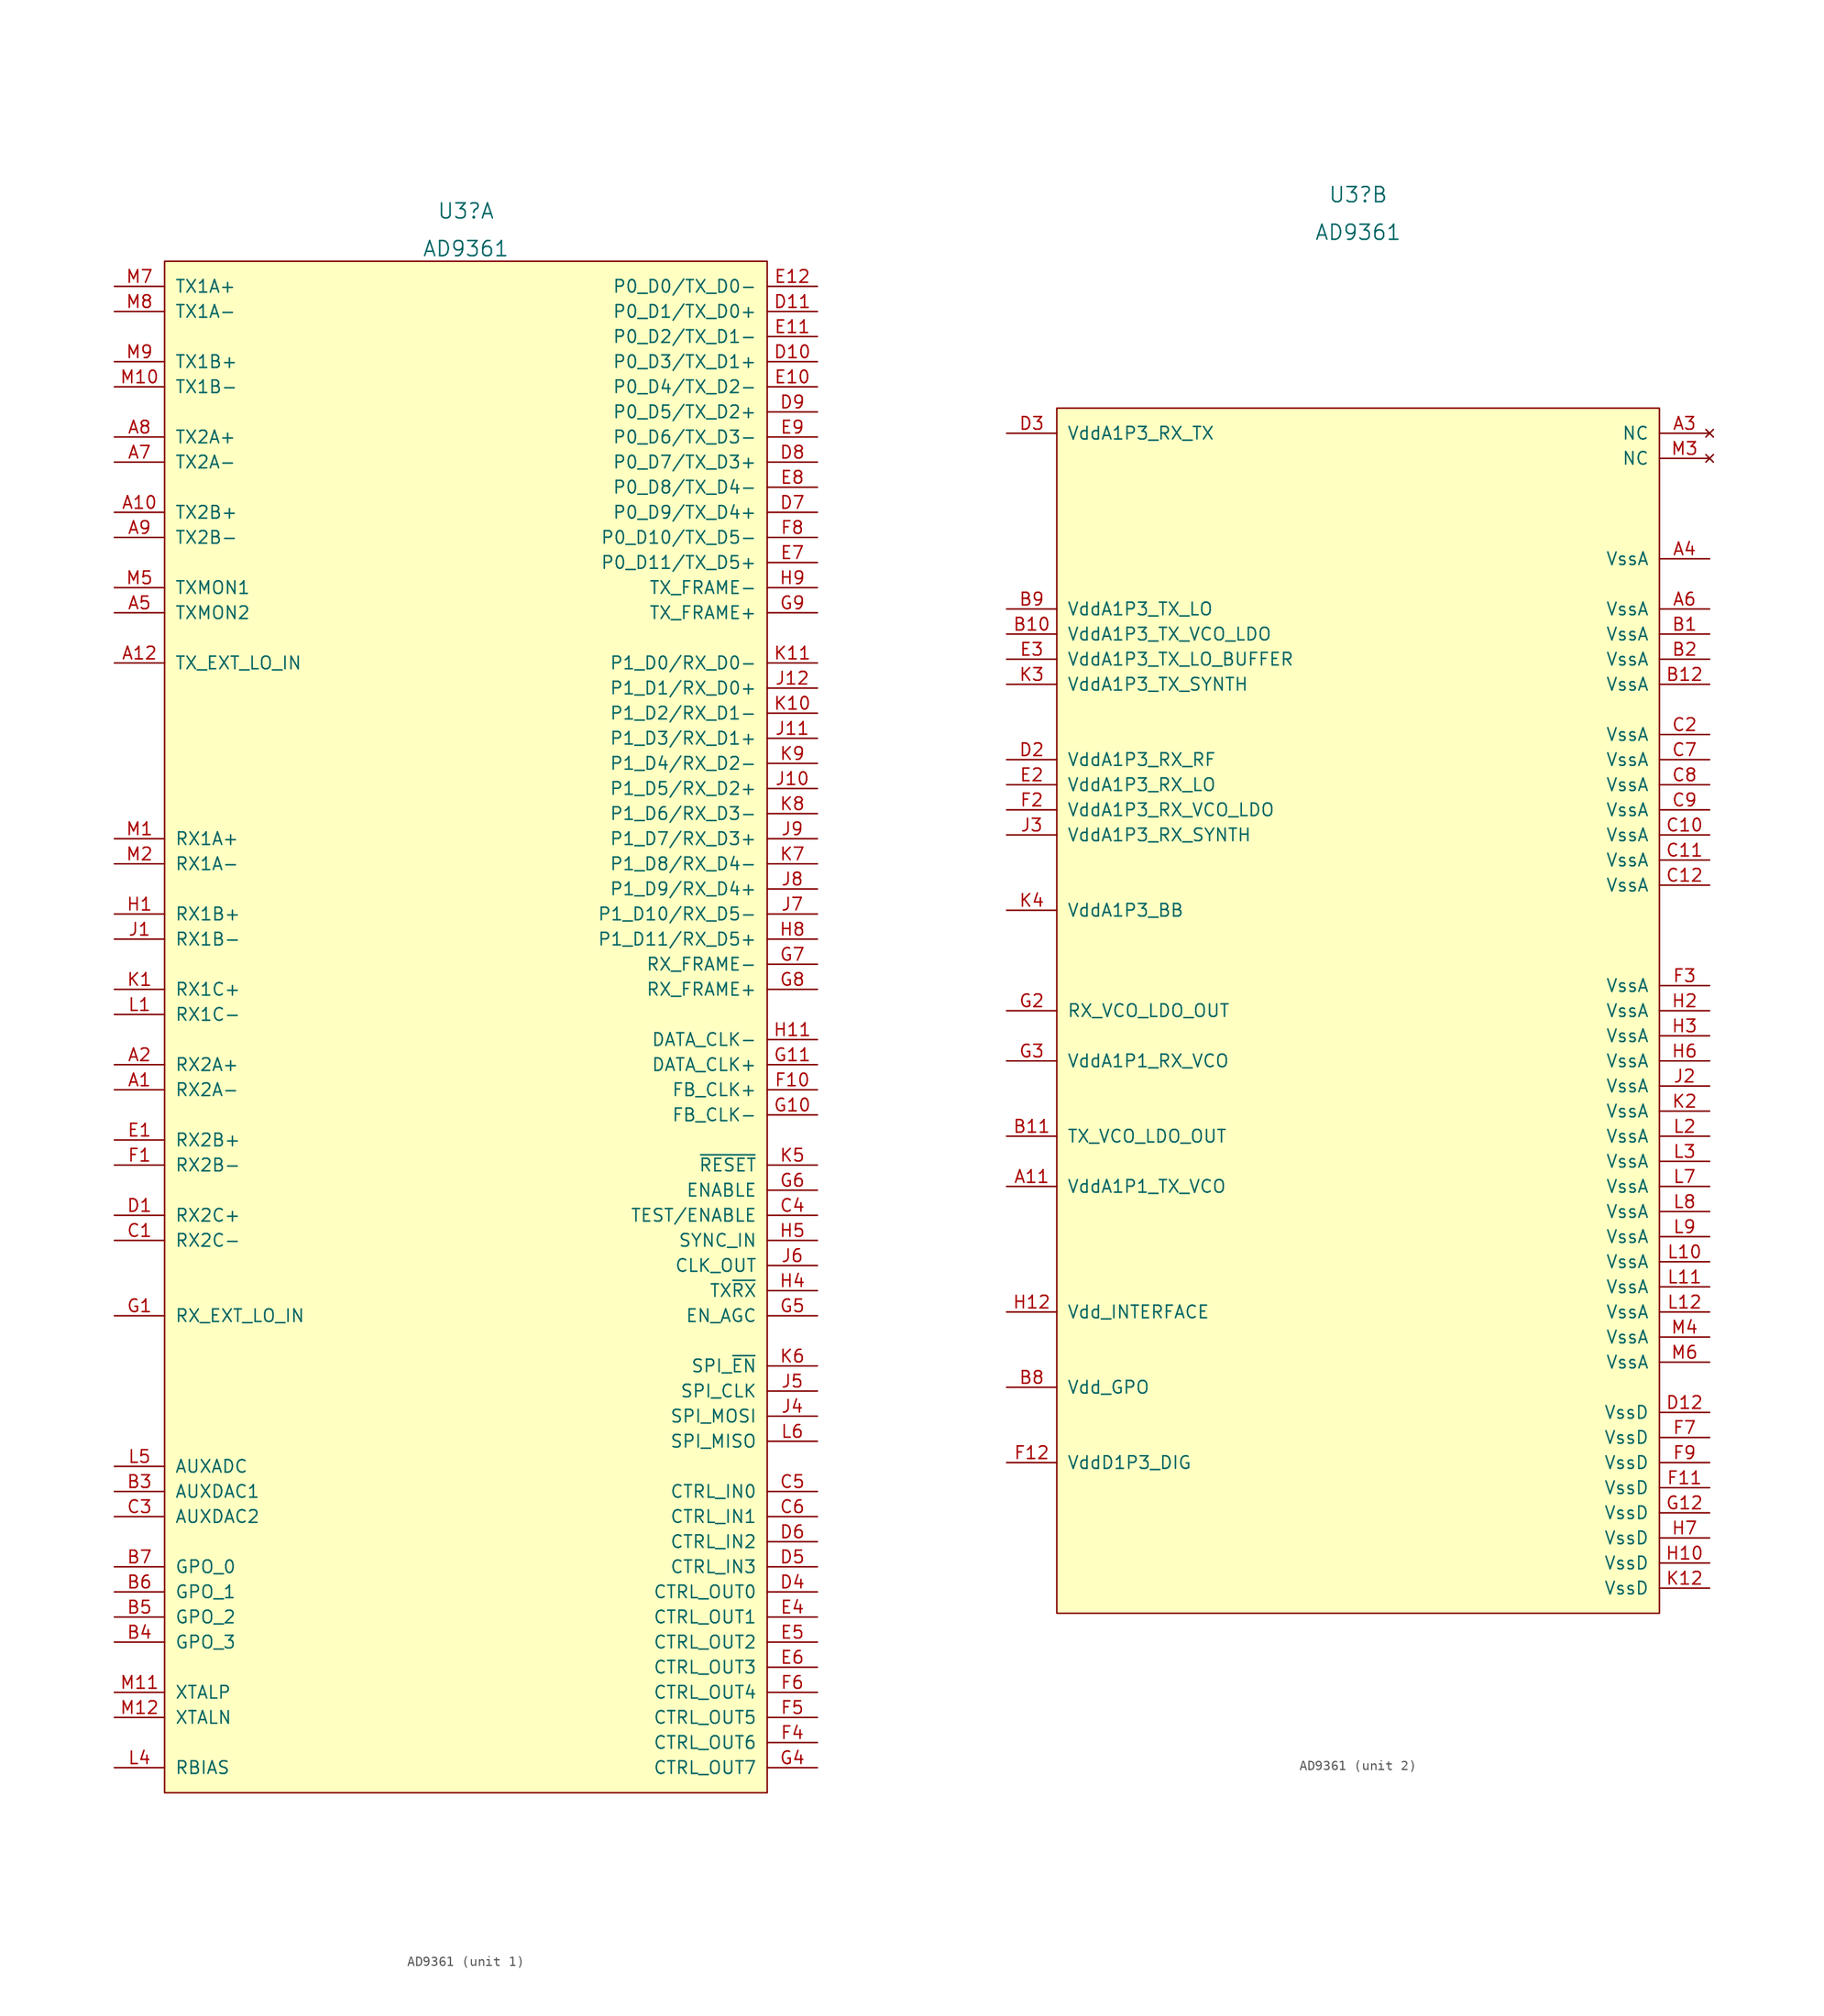
<source format=kicad_sym>
(kicad_symbol_lib
  (version 20220102)
  (generator kicad_symbol_editor)
  (symbol "AD9361"
    (pin_names
      (offset 1.016))
    (property "Reference" "U3"
      (at 0 82.55 0)
      (effects (font (size 1.524 1.524))))
    (property "Value" "AD9361"
      (at 0 78.74 0)
      (effects (font (size 1.524 1.524))))
    (property "ki_locked" ""
      (at 0 0 0)
      (effects (font (size 1.27 1.27))))
    (symbol "AD9361_1_1"
      (rectangle (start -30.48 77.47) (end 30.48 -77.47) (stroke (width 0) (type default)) (fill (type background)))
      (pin input line (at -35.56 -6.35 0) (length 5.08) (name "RX2A-" (effects (font (size 1.27 1.27)))) (number "A1" (effects (font (size 1.27 1.27)))))
      (pin output line (at -35.56 52.07 0) (length 5.08) (name "TX2B+" (effects (font (size 1.27 1.27)))) (number "A10" (effects (font (size 1.27 1.27)))))
      (pin input line (at -35.56 36.83 0) (length 5.08) (name "TX_EXT_LO_IN" (effects (font (size 1.27 1.27)))) (number "A12" (effects (font (size 1.27 1.27)))))
      (pin input line (at -35.56 -3.81 0) (length 5.08) (name "RX2A+" (effects (font (size 1.27 1.27)))) (number "A2" (effects (font (size 1.27 1.27)))))
      (pin input line (at -35.56 41.91 0) (length 5.08) (name "TXMON2" (effects (font (size 1.27 1.27)))) (number "A5" (effects (font (size 1.27 1.27)))))
      (pin output line (at -35.56 57.15 0) (length 5.08) (name "TX2A-" (effects (font (size 1.27 1.27)))) (number "A7" (effects (font (size 1.27 1.27)))))
      (pin output line (at -35.56 59.69 0) (length 5.08) (name "TX2A+" (effects (font (size 1.27 1.27)))) (number "A8" (effects (font (size 1.27 1.27)))))
      (pin output line (at -35.56 49.53 0) (length 5.08) (name "TX2B-" (effects (font (size 1.27 1.27)))) (number "A9" (effects (font (size 1.27 1.27)))))
      (pin output line (at -35.56 -46.99 0) (length 5.08) (name "AUXDAC1" (effects (font (size 1.27 1.27)))) (number "B3" (effects (font (size 1.27 1.27)))))
      (pin output line (at -35.56 -62.23 0) (length 5.08) (name "GPO_3" (effects (font (size 1.27 1.27)))) (number "B4" (effects (font (size 1.27 1.27)))))
      (pin output line (at -35.56 -59.69 0) (length 5.08) (name "GPO_2" (effects (font (size 1.27 1.27)))) (number "B5" (effects (font (size 1.27 1.27)))))
      (pin output line (at -35.56 -57.15 0) (length 5.08) (name "GPO_1" (effects (font (size 1.27 1.27)))) (number "B6" (effects (font (size 1.27 1.27)))))
      (pin output line (at -35.56 -54.61 0) (length 5.08) (name "GPO_0" (effects (font (size 1.27 1.27)))) (number "B7" (effects (font (size 1.27 1.27)))))
      (pin input line (at -35.56 -21.59 0) (length 5.08) (name "RX2C-" (effects (font (size 1.27 1.27)))) (number "C1" (effects (font (size 1.27 1.27)))))
      (pin output line (at -35.56 -49.53 0) (length 5.08) (name "AUXDAC2" (effects (font (size 1.27 1.27)))) (number "C3" (effects (font (size 1.27 1.27)))))
      (pin input line (at 35.56 -19.05 180) (length 5.08) (name "TEST/ENABLE" (effects (font (size 1.27 1.27)))) (number "C4" (effects (font (size 1.27 1.27)))))
      (pin input line (at 35.56 -46.99 180) (length 5.08) (name "CTRL_IN0" (effects (font (size 1.27 1.27)))) (number "C5" (effects (font (size 1.27 1.27)))))
      (pin input line (at 35.56 -49.53 180) (length 5.08) (name "CTRL_IN1" (effects (font (size 1.27 1.27)))) (number "C6" (effects (font (size 1.27 1.27)))))
      (pin input line (at -35.56 -19.05 0) (length 5.08) (name "RX2C+" (effects (font (size 1.27 1.27)))) (number "D1" (effects (font (size 1.27 1.27)))))
      (pin bidirectional line (at 35.56 67.31 180) (length 5.08) (name "P0_D3/TX_D1+" (effects (font (size 1.27 1.27)))) (number "D10" (effects (font (size 1.27 1.27)))))
      (pin bidirectional line (at 35.56 72.39 180) (length 5.08) (name "P0_D1/TX_D0+" (effects (font (size 1.27 1.27)))) (number "D11" (effects (font (size 1.27 1.27)))))
      (pin output line (at 35.56 -57.15 180) (length 5.08) (name "CTRL_OUT0" (effects (font (size 1.27 1.27)))) (number "D4" (effects (font (size 1.27 1.27)))))
      (pin input line (at 35.56 -54.61 180) (length 5.08) (name "CTRL_IN3" (effects (font (size 1.27 1.27)))) (number "D5" (effects (font (size 1.27 1.27)))))
      (pin input line (at 35.56 -52.07 180) (length 5.08) (name "CTRL_IN2" (effects (font (size 1.27 1.27)))) (number "D6" (effects (font (size 1.27 1.27)))))
      (pin bidirectional line (at 35.56 52.07 180) (length 5.08) (name "P0_D9/TX_D4+" (effects (font (size 1.27 1.27)))) (number "D7" (effects (font (size 1.27 1.27)))))
      (pin bidirectional line (at 35.56 57.15 180) (length 5.08) (name "P0_D7/TX_D3+" (effects (font (size 1.27 1.27)))) (number "D8" (effects (font (size 1.27 1.27)))))
      (pin bidirectional line (at 35.56 62.23 180) (length 5.08) (name "P0_D5/TX_D2+" (effects (font (size 1.27 1.27)))) (number "D9" (effects (font (size 1.27 1.27)))))
      (pin input line (at -35.56 -11.43 0) (length 5.08) (name "RX2B+" (effects (font (size 1.27 1.27)))) (number "E1" (effects (font (size 1.27 1.27)))))
      (pin bidirectional line (at 35.56 64.77 180) (length 5.08) (name "P0_D4/TX_D2-" (effects (font (size 1.27 1.27)))) (number "E10" (effects (font (size 1.27 1.27)))))
      (pin bidirectional line (at 35.56 69.85 180) (length 5.08) (name "P0_D2/TX_D1-" (effects (font (size 1.27 1.27)))) (number "E11" (effects (font (size 1.27 1.27)))))
      (pin bidirectional line (at 35.56 74.93 180) (length 5.08) (name "P0_D0/TX_D0-" (effects (font (size 1.27 1.27)))) (number "E12" (effects (font (size 1.27 1.27)))))
      (pin output line (at 35.56 -59.69 180) (length 5.08) (name "CTRL_OUT1" (effects (font (size 1.27 1.27)))) (number "E4" (effects (font (size 1.27 1.27)))))
      (pin output line (at 35.56 -62.23 180) (length 5.08) (name "CTRL_OUT2" (effects (font (size 1.27 1.27)))) (number "E5" (effects (font (size 1.27 1.27)))))
      (pin output line (at 35.56 -64.77 180) (length 5.08) (name "CTRL_OUT3" (effects (font (size 1.27 1.27)))) (number "E6" (effects (font (size 1.27 1.27)))))
      (pin bidirectional line (at 35.56 46.99 180) (length 5.08) (name "P0_D11/TX_D5+" (effects (font (size 1.27 1.27)))) (number "E7" (effects (font (size 1.27 1.27)))))
      (pin bidirectional line (at 35.56 54.61 180) (length 5.08) (name "P0_D8/TX_D4-" (effects (font (size 1.27 1.27)))) (number "E8" (effects (font (size 1.27 1.27)))))
      (pin bidirectional line (at 35.56 59.69 180) (length 5.08) (name "P0_D6/TX_D3-" (effects (font (size 1.27 1.27)))) (number "E9" (effects (font (size 1.27 1.27)))))
      (pin input line (at -35.56 -13.97 0) (length 5.08) (name "RX2B-" (effects (font (size 1.27 1.27)))) (number "F1" (effects (font (size 1.27 1.27)))))
      (pin input line (at 35.56 -6.35 180) (length 5.08) (name "FB_CLK+" (effects (font (size 1.27 1.27)))) (number "F10" (effects (font (size 1.27 1.27)))))
      (pin output line (at 35.56 -72.39 180) (length 5.08) (name "CTRL_OUT6" (effects (font (size 1.27 1.27)))) (number "F4" (effects (font (size 1.27 1.27)))))
      (pin output line (at 35.56 -69.85 180) (length 5.08) (name "CTRL_OUT5" (effects (font (size 1.27 1.27)))) (number "F5" (effects (font (size 1.27 1.27)))))
      (pin output line (at 35.56 -67.31 180) (length 5.08) (name "CTRL_OUT4" (effects (font (size 1.27 1.27)))) (number "F6" (effects (font (size 1.27 1.27)))))
      (pin bidirectional line (at 35.56 49.53 180) (length 5.08) (name "P0_D10/TX_D5-" (effects (font (size 1.27 1.27)))) (number "F8" (effects (font (size 1.27 1.27)))))
      (pin input line (at -35.56 -29.21 0) (length 5.08) (name "RX_EXT_LO_IN" (effects (font (size 1.27 1.27)))) (number "G1" (effects (font (size 1.27 1.27)))))
      (pin input line (at 35.56 -8.89 180) (length 5.08) (name "FB_CLK-" (effects (font (size 1.27 1.27)))) (number "G10" (effects (font (size 1.27 1.27)))))
      (pin output line (at 35.56 -3.81 180) (length 5.08) (name "DATA_CLK+" (effects (font (size 1.27 1.27)))) (number "G11" (effects (font (size 1.27 1.27)))))
      (pin output line (at 35.56 -74.93 180) (length 5.08) (name "CTRL_OUT7" (effects (font (size 1.27 1.27)))) (number "G4" (effects (font (size 1.27 1.27)))))
      (pin input line (at 35.56 -29.21 180) (length 5.08) (name "EN_AGC" (effects (font (size 1.27 1.27)))) (number "G5" (effects (font (size 1.27 1.27)))))
      (pin input line (at 35.56 -16.51 180) (length 5.08) (name "ENABLE" (effects (font (size 1.27 1.27)))) (number "G6" (effects (font (size 1.27 1.27)))))
      (pin output line (at 35.56 6.35 180) (length 5.08) (name "RX_FRAME-" (effects (font (size 1.27 1.27)))) (number "G7" (effects (font (size 1.27 1.27)))))
      (pin output line (at 35.56 3.81 180) (length 5.08) (name "RX_FRAME+" (effects (font (size 1.27 1.27)))) (number "G8" (effects (font (size 1.27 1.27)))))
      (pin input line (at 35.56 41.91 180) (length 5.08) (name "TX_FRAME+" (effects (font (size 1.27 1.27)))) (number "G9" (effects (font (size 1.27 1.27)))))
      (pin input line (at -35.56 11.43 0) (length 5.08) (name "RX1B+" (effects (font (size 1.27 1.27)))) (number "H1" (effects (font (size 1.27 1.27)))))
      (pin output line (at 35.56 -1.27 180) (length 5.08) (name "DATA_CLK-" (effects (font (size 1.27 1.27)))) (number "H11" (effects (font (size 1.27 1.27)))))
      (pin output line (at 35.56 -26.67 180) (length 5.08) (name "TX~{RX}" (effects (font (size 1.27 1.27)))) (number "H4" (effects (font (size 1.27 1.27)))))
      (pin input line (at 35.56 -21.59 180) (length 5.08) (name "SYNC_IN" (effects (font (size 1.27 1.27)))) (number "H5" (effects (font (size 1.27 1.27)))))
      (pin bidirectional line (at 35.56 8.89 180) (length 5.08) (name "P1_D11/RX_D5+" (effects (font (size 1.27 1.27)))) (number "H8" (effects (font (size 1.27 1.27)))))
      (pin input line (at 35.56 44.45 180) (length 5.08) (name "TX_FRAME-" (effects (font (size 1.27 1.27)))) (number "H9" (effects (font (size 1.27 1.27)))))
      (pin input line (at -35.56 8.89 0) (length 5.08) (name "RX1B-" (effects (font (size 1.27 1.27)))) (number "J1" (effects (font (size 1.27 1.27)))))
      (pin bidirectional line (at 35.56 24.13 180) (length 5.08) (name "P1_D5/RX_D2+" (effects (font (size 1.27 1.27)))) (number "J10" (effects (font (size 1.27 1.27)))))
      (pin bidirectional line (at 35.56 29.21 180) (length 5.08) (name "P1_D3/RX_D1+" (effects (font (size 1.27 1.27)))) (number "J11" (effects (font (size 1.27 1.27)))))
      (pin bidirectional line (at 35.56 34.29 180) (length 5.08) (name "P1_D1/RX_D0+" (effects (font (size 1.27 1.27)))) (number "J12" (effects (font (size 1.27 1.27)))))
      (pin input line (at 35.56 -39.37 180) (length 5.08) (name "SPI_MOSI" (effects (font (size 1.27 1.27)))) (number "J4" (effects (font (size 1.27 1.27)))))
      (pin input line (at 35.56 -36.83 180) (length 5.08) (name "SPI_CLK" (effects (font (size 1.27 1.27)))) (number "J5" (effects (font (size 1.27 1.27)))))
      (pin output line (at 35.56 -24.13 180) (length 5.08) (name "CLK_OUT" (effects (font (size 1.27 1.27)))) (number "J6" (effects (font (size 1.27 1.27)))))
      (pin bidirectional line (at 35.56 11.43 180) (length 5.08) (name "P1_D10/RX_D5-" (effects (font (size 1.27 1.27)))) (number "J7" (effects (font (size 1.27 1.27)))))
      (pin bidirectional line (at 35.56 13.97 180) (length 5.08) (name "P1_D9/RX_D4+" (effects (font (size 1.27 1.27)))) (number "J8" (effects (font (size 1.27 1.27)))))
      (pin bidirectional line (at 35.56 19.05 180) (length 5.08) (name "P1_D7/RX_D3+" (effects (font (size 1.27 1.27)))) (number "J9" (effects (font (size 1.27 1.27)))))
      (pin input line (at -35.56 3.81 0) (length 5.08) (name "RX1C+" (effects (font (size 1.27 1.27)))) (number "K1" (effects (font (size 1.27 1.27)))))
      (pin bidirectional line (at 35.56 31.75 180) (length 5.08) (name "P1_D2/RX_D1-" (effects (font (size 1.27 1.27)))) (number "K10" (effects (font (size 1.27 1.27)))))
      (pin bidirectional line (at 35.56 36.83 180) (length 5.08) (name "P1_D0/RX_D0-" (effects (font (size 1.27 1.27)))) (number "K11" (effects (font (size 1.27 1.27)))))
      (pin input line (at 35.56 -13.97 180) (length 5.08) (name "~{RESET}" (effects (font (size 1.27 1.27)))) (number "K5" (effects (font (size 1.27 1.27)))))
      (pin input line (at 35.56 -34.29 180) (length 5.08) (name "SPI_~{EN}" (effects (font (size 1.27 1.27)))) (number "K6" (effects (font (size 1.27 1.27)))))
      (pin bidirectional line (at 35.56 16.51 180) (length 5.08) (name "P1_D8/RX_D4-" (effects (font (size 1.27 1.27)))) (number "K7" (effects (font (size 1.27 1.27)))))
      (pin bidirectional line (at 35.56 21.59 180) (length 5.08) (name "P1_D6/RX_D3-" (effects (font (size 1.27 1.27)))) (number "K8" (effects (font (size 1.27 1.27)))))
      (pin bidirectional line (at 35.56 26.67 180) (length 5.08) (name "P1_D4/RX_D2-" (effects (font (size 1.27 1.27)))) (number "K9" (effects (font (size 1.27 1.27)))))
      (pin input line (at -35.56 1.27 0) (length 5.08) (name "RX1C-" (effects (font (size 1.27 1.27)))) (number "L1" (effects (font (size 1.27 1.27)))))
      (pin bidirectional line (at -35.56 -74.93 0) (length 5.08) (name "RBIAS" (effects (font (size 1.27 1.27)))) (number "L4" (effects (font (size 1.27 1.27)))))
      (pin input line (at -35.56 -44.45 0) (length 5.08) (name "AUXADC" (effects (font (size 1.27 1.27)))) (number "L5" (effects (font (size 1.27 1.27)))))
      (pin output line (at 35.56 -41.91 180) (length 5.08) (name "SPI_MISO" (effects (font (size 1.27 1.27)))) (number "L6" (effects (font (size 1.27 1.27)))))
      (pin input line (at -35.56 19.05 0) (length 5.08) (name "RX1A+" (effects (font (size 1.27 1.27)))) (number "M1" (effects (font (size 1.27 1.27)))))
      (pin output line (at -35.56 64.77 0) (length 5.08) (name "TX1B-" (effects (font (size 1.27 1.27)))) (number "M10" (effects (font (size 1.27 1.27)))))
      (pin bidirectional line (at -35.56 -67.31 0) (length 5.08) (name "XTALP" (effects (font (size 1.27 1.27)))) (number "M11" (effects (font (size 1.27 1.27)))))
      (pin bidirectional line (at -35.56 -69.85 0) (length 5.08) (name "XTALN" (effects (font (size 1.27 1.27)))) (number "M12" (effects (font (size 1.27 1.27)))))
      (pin input line (at -35.56 16.51 0) (length 5.08) (name "RX1A-" (effects (font (size 1.27 1.27)))) (number "M2" (effects (font (size 1.27 1.27)))))
      (pin input line (at -35.56 44.45 0) (length 5.08) (name "TXMON1" (effects (font (size 1.27 1.27)))) (number "M5" (effects (font (size 1.27 1.27)))))
      (pin output line (at -35.56 74.93 0) (length 5.08) (name "TX1A+" (effects (font (size 1.27 1.27)))) (number "M7" (effects (font (size 1.27 1.27)))))
      (pin output line (at -35.56 72.39 0) (length 5.08) (name "TX1A-" (effects (font (size 1.27 1.27)))) (number "M8" (effects (font (size 1.27 1.27)))))
      (pin output line (at -35.56 67.31 0) (length 5.08) (name "TX1B+" (effects (font (size 1.27 1.27)))) (number "M9" (effects (font (size 1.27 1.27))))))
    (symbol "AD9361_2_1"
      (rectangle (start -30.48 60.96) (end 30.48 -60.96) (stroke (width 0) (type default)) (fill (type background)))
      (pin power_in line (at -35.56 -17.78 0) (length 5.08) (name "VddA1P1_TX_VCO" (effects (font (size 1.27 1.27)))) (number "A11" (effects (font (size 1.27 1.27)))))
      (pin no_connect line (at 35.56 58.42 180) (length 5.08) (name "NC" (effects (font (size 1.27 1.27)))) (number "A3" (effects (font (size 1.27 1.27)))))
      (pin power_in line (at 35.56 45.72 180) (length 5.08) (name "VssA" (effects (font (size 1.27 1.27)))) (number "A4" (effects (font (size 1.27 1.27)))))
      (pin power_in line (at 35.56 40.64 180) (length 5.08) (name "VssA" (effects (font (size 1.27 1.27)))) (number "A6" (effects (font (size 1.27 1.27)))))
      (pin power_in line (at 35.56 38.1 180) (length 5.08) (name "VssA" (effects (font (size 1.27 1.27)))) (number "B1" (effects (font (size 1.27 1.27)))))
      (pin power_in line (at -35.56 38.1 0) (length 5.08) (name "VddA1P3_TX_VCO_LDO" (effects (font (size 1.27 1.27)))) (number "B10" (effects (font (size 1.27 1.27)))))
      (pin power_out line (at -35.56 -12.7 0) (length 5.08) (name "TX_VCO_LDO_OUT" (effects (font (size 1.27 1.27)))) (number "B11" (effects (font (size 1.27 1.27)))))
      (pin power_in line (at 35.56 33.02 180) (length 5.08) (name "VssA" (effects (font (size 1.27 1.27)))) (number "B12" (effects (font (size 1.27 1.27)))))
      (pin power_in line (at 35.56 35.56 180) (length 5.08) (name "VssA" (effects (font (size 1.27 1.27)))) (number "B2" (effects (font (size 1.27 1.27)))))
      (pin power_in line (at -35.56 -38.1 0) (length 5.08) (name "Vdd_GPO" (effects (font (size 1.27 1.27)))) (number "B8" (effects (font (size 1.27 1.27)))))
      (pin power_in line (at -35.56 40.64 0) (length 5.08) (name "VddA1P3_TX_LO" (effects (font (size 1.27 1.27)))) (number "B9" (effects (font (size 1.27 1.27)))))
      (pin power_in line (at 35.56 17.78 180) (length 5.08) (name "VssA" (effects (font (size 1.27 1.27)))) (number "C10" (effects (font (size 1.27 1.27)))))
      (pin power_in line (at 35.56 15.24 180) (length 5.08) (name "VssA" (effects (font (size 1.27 1.27)))) (number "C11" (effects (font (size 1.27 1.27)))))
      (pin power_in line (at 35.56 12.7 180) (length 5.08) (name "VssA" (effects (font (size 1.27 1.27)))) (number "C12" (effects (font (size 1.27 1.27)))))
      (pin power_in line (at 35.56 27.94 180) (length 5.08) (name "VssA" (effects (font (size 1.27 1.27)))) (number "C2" (effects (font (size 1.27 1.27)))))
      (pin power_in line (at 35.56 25.4 180) (length 5.08) (name "VssA" (effects (font (size 1.27 1.27)))) (number "C7" (effects (font (size 1.27 1.27)))))
      (pin power_in line (at 35.56 22.86 180) (length 5.08) (name "VssA" (effects (font (size 1.27 1.27)))) (number "C8" (effects (font (size 1.27 1.27)))))
      (pin power_in line (at 35.56 20.32 180) (length 5.08) (name "VssA" (effects (font (size 1.27 1.27)))) (number "C9" (effects (font (size 1.27 1.27)))))
      (pin power_in line (at 35.56 -40.64 180) (length 5.08) (name "VssD" (effects (font (size 1.27 1.27)))) (number "D12" (effects (font (size 1.27 1.27)))))
      (pin power_in line (at -35.56 25.4 0) (length 5.08) (name "VddA1P3_RX_RF" (effects (font (size 1.27 1.27)))) (number "D2" (effects (font (size 1.27 1.27)))))
      (pin power_in line (at -35.56 58.42 0) (length 5.08) (name "VddA1P3_RX_TX" (effects (font (size 1.27 1.27)))) (number "D3" (effects (font (size 1.27 1.27)))))
      (pin power_in line (at -35.56 22.86 0) (length 5.08) (name "VddA1P3_RX_LO" (effects (font (size 1.27 1.27)))) (number "E2" (effects (font (size 1.27 1.27)))))
      (pin power_in line (at -35.56 35.56 0) (length 5.08) (name "VddA1P3_TX_LO_BUFFER" (effects (font (size 1.27 1.27)))) (number "E3" (effects (font (size 1.27 1.27)))))
      (pin power_in line (at 35.56 -48.26 180) (length 5.08) (name "VssD" (effects (font (size 1.27 1.27)))) (number "F11" (effects (font (size 1.27 1.27)))))
      (pin power_in line (at -35.56 -45.72 0) (length 5.08) (name "VddD1P3_DIG" (effects (font (size 1.27 1.27)))) (number "F12" (effects (font (size 1.27 1.27)))))
      (pin power_in line (at -35.56 20.32 0) (length 5.08) (name "VddA1P3_RX_VCO_LDO" (effects (font (size 1.27 1.27)))) (number "F2" (effects (font (size 1.27 1.27)))))
      (pin power_in line (at 35.56 2.54 180) (length 5.08) (name "VssA" (effects (font (size 1.27 1.27)))) (number "F3" (effects (font (size 1.27 1.27)))))
      (pin power_in line (at 35.56 -43.18 180) (length 5.08) (name "VssD" (effects (font (size 1.27 1.27)))) (number "F7" (effects (font (size 1.27 1.27)))))
      (pin power_in line (at 35.56 -45.72 180) (length 5.08) (name "VssD" (effects (font (size 1.27 1.27)))) (number "F9" (effects (font (size 1.27 1.27)))))
      (pin power_in line (at 35.56 -50.8 180) (length 5.08) (name "VssD" (effects (font (size 1.27 1.27)))) (number "G12" (effects (font (size 1.27 1.27)))))
      (pin power_out line (at -35.56 0 0) (length 5.08) (name "RX_VCO_LDO_OUT" (effects (font (size 1.27 1.27)))) (number "G2" (effects (font (size 1.27 1.27)))))
      (pin power_in line (at -35.56 -5.08 0) (length 5.08) (name "VddA1P1_RX_VCO" (effects (font (size 1.27 1.27)))) (number "G3" (effects (font (size 1.27 1.27)))))
      (pin power_in line (at 35.56 -55.88 180) (length 5.08) (name "VssD" (effects (font (size 1.27 1.27)))) (number "H10" (effects (font (size 1.27 1.27)))))
      (pin power_in line (at -35.56 -30.48 0) (length 5.08) (name "Vdd_INTERFACE" (effects (font (size 1.27 1.27)))) (number "H12" (effects (font (size 1.27 1.27)))))
      (pin power_in line (at 35.56 0 180) (length 5.08) (name "VssA" (effects (font (size 1.27 1.27)))) (number "H2" (effects (font (size 1.27 1.27)))))
      (pin power_in line (at 35.56 -2.54 180) (length 5.08) (name "VssA" (effects (font (size 1.27 1.27)))) (number "H3" (effects (font (size 1.27 1.27)))))
      (pin power_in line (at 35.56 -5.08 180) (length 5.08) (name "VssA" (effects (font (size 1.27 1.27)))) (number "H6" (effects (font (size 1.27 1.27)))))
      (pin power_in line (at 35.56 -53.34 180) (length 5.08) (name "VssD" (effects (font (size 1.27 1.27)))) (number "H7" (effects (font (size 1.27 1.27)))))
      (pin power_in line (at 35.56 -7.62 180) (length 5.08) (name "VssA" (effects (font (size 1.27 1.27)))) (number "J2" (effects (font (size 1.27 1.27)))))
      (pin power_in line (at -35.56 17.78 0) (length 5.08) (name "VddA1P3_RX_SYNTH" (effects (font (size 1.27 1.27)))) (number "J3" (effects (font (size 1.27 1.27)))))
      (pin power_in line (at 35.56 -58.42 180) (length 5.08) (name "VssD" (effects (font (size 1.27 1.27)))) (number "K12" (effects (font (size 1.27 1.27)))))
      (pin power_in line (at 35.56 -10.16 180) (length 5.08) (name "VssA" (effects (font (size 1.27 1.27)))) (number "K2" (effects (font (size 1.27 1.27)))))
      (pin power_in line (at -35.56 33.02 0) (length 5.08) (name "VddA1P3_TX_SYNTH" (effects (font (size 1.27 1.27)))) (number "K3" (effects (font (size 1.27 1.27)))))
      (pin power_in line (at -35.56 10.16 0) (length 5.08) (name "VddA1P3_BB" (effects (font (size 1.27 1.27)))) (number "K4" (effects (font (size 1.27 1.27)))))
      (pin power_in line (at 35.56 -25.4 180) (length 5.08) (name "VssA" (effects (font (size 1.27 1.27)))) (number "L10" (effects (font (size 1.27 1.27)))))
      (pin power_in line (at 35.56 -27.94 180) (length 5.08) (name "VssA" (effects (font (size 1.27 1.27)))) (number "L11" (effects (font (size 1.27 1.27)))))
      (pin power_in line (at 35.56 -30.48 180) (length 5.08) (name "VssA" (effects (font (size 1.27 1.27)))) (number "L12" (effects (font (size 1.27 1.27)))))
      (pin power_in line (at 35.56 -12.7 180) (length 5.08) (name "VssA" (effects (font (size 1.27 1.27)))) (number "L2" (effects (font (size 1.27 1.27)))))
      (pin power_in line (at 35.56 -15.24 180) (length 5.08) (name "VssA" (effects (font (size 1.27 1.27)))) (number "L3" (effects (font (size 1.27 1.27)))))
      (pin power_in line (at 35.56 -17.78 180) (length 5.08) (name "VssA" (effects (font (size 1.27 1.27)))) (number "L7" (effects (font (size 1.27 1.27)))))
      (pin power_in line (at 35.56 -20.32 180) (length 5.08) (name "VssA" (effects (font (size 1.27 1.27)))) (number "L8" (effects (font (size 1.27 1.27)))))
      (pin power_in line (at 35.56 -22.86 180) (length 5.08) (name "VssA" (effects (font (size 1.27 1.27)))) (number "L9" (effects (font (size 1.27 1.27)))))
      (pin no_connect line (at 35.56 55.88 180) (length 5.08) (name "NC" (effects (font (size 1.27 1.27)))) (number "M3" (effects (font (size 1.27 1.27)))))
      (pin power_in line (at 35.56 -33.02 180) (length 5.08) (name "VssA" (effects (font (size 1.27 1.27)))) (number "M4" (effects (font (size 1.27 1.27)))))
      (pin power_in line (at 35.56 -35.56 180) (length 5.08) (name "VssA" (effects (font (size 1.27 1.27)))) (number "M6" (effects (font (size 1.27 1.27))))))))
</source>
